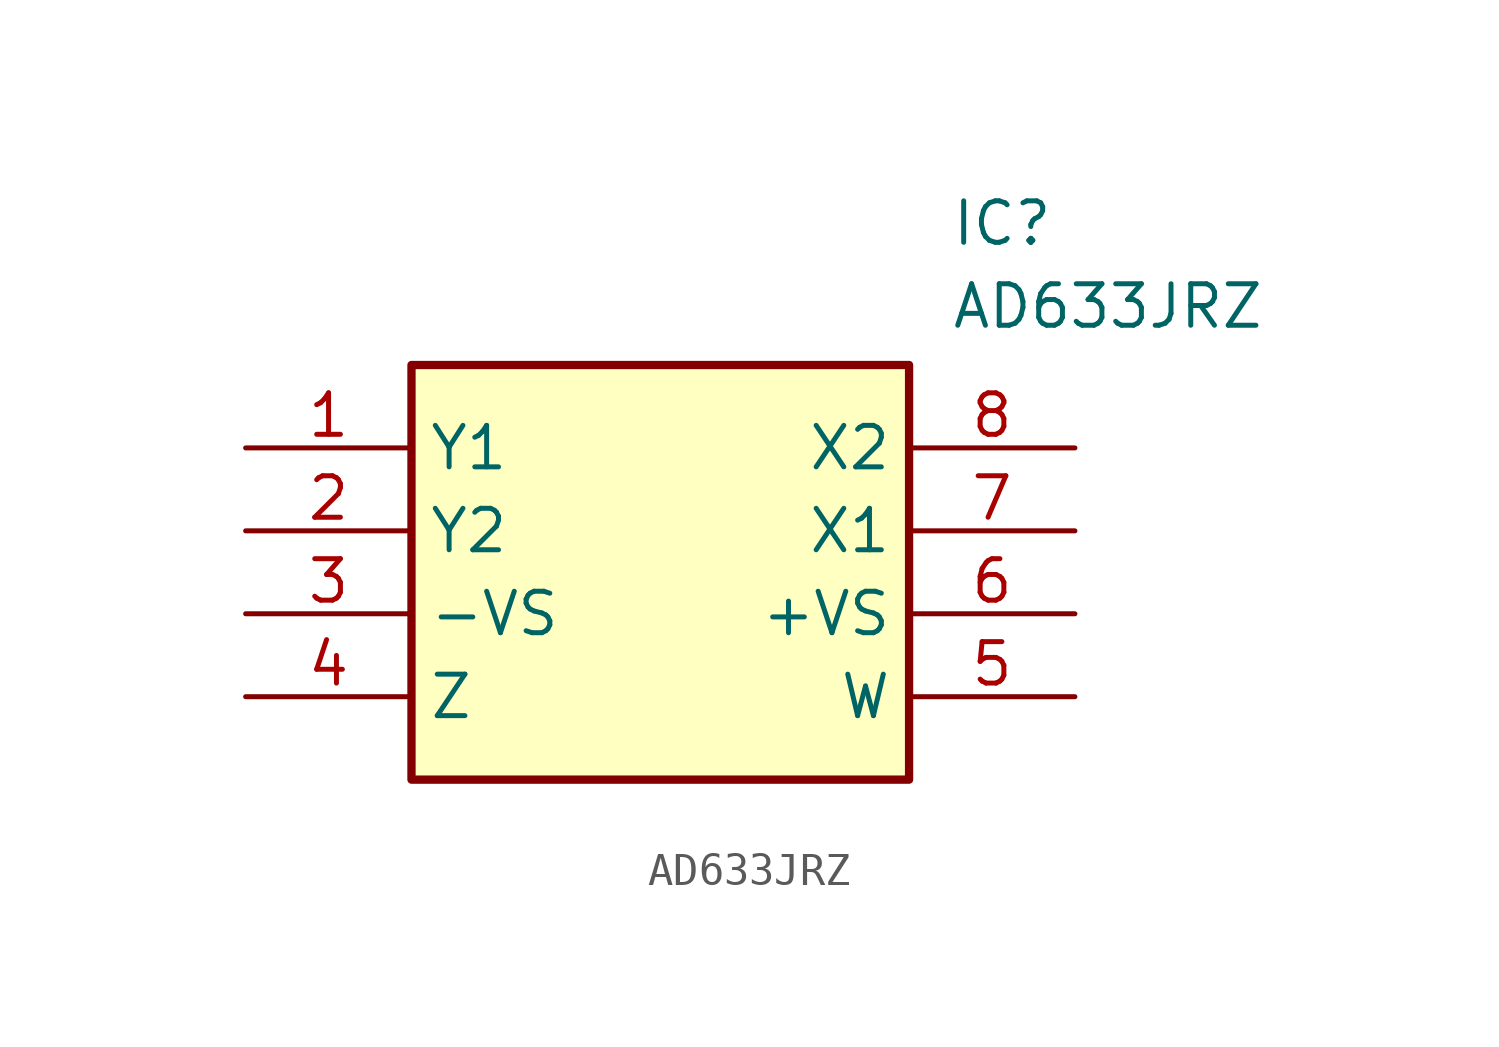
<source format=kicad_sym>
(kicad_symbol_lib
  (version 20211014)
  (generator SamacSys_ECAD_Model)
  (symbol "AD633JRZ"
    (property "Reference" "IC"
      (at 21.59 7.62 0)
      (effects (font (size 1.27 1.27)) (justify left top)))
    (property "Value" "AD633JRZ"
      (at 21.59 5.08 0)
      (effects (font (size 1.27 1.27)) (justify left top)))
    (rectangle
      (start 5.08 2.54)
      (end 20.32 -10.16)
      (stroke (width 0.254) (type default))
      (fill (type background)))
    (pin passive line
      (at 0 0 0)
      (length 5.08)
      (name "Y1" (effects (font (size 1.27 1.27))))
      (number "1" (effects (font (size 1.27 1.27)))))
    (pin passive line
      (at 0 -2.54 0)
      (length 5.08)
      (name "Y2" (effects (font (size 1.27 1.27))))
      (number "2" (effects (font (size 1.27 1.27)))))
    (pin passive line
      (at 0 -5.08 0)
      (length 5.08)
      (name "-VS" (effects (font (size 1.27 1.27))))
      (number "3" (effects (font (size 1.27 1.27)))))
    (pin passive line
      (at 0 -7.62 0)
      (length 5.08)
      (name "Z" (effects (font (size 1.27 1.27))))
      (number "4" (effects (font (size 1.27 1.27)))))
    (pin passive line
      (at 25.4 0 180)
      (length 5.08)
      (name "X2" (effects (font (size 1.27 1.27))))
      (number "8" (effects (font (size 1.27 1.27)))))
    (pin passive line
      (at 25.4 -2.54 180)
      (length 5.08)
      (name "X1" (effects (font (size 1.27 1.27))))
      (number "7" (effects (font (size 1.27 1.27)))))
    (pin passive line
      (at 25.4 -5.08 180)
      (length 5.08)
      (name "+VS" (effects (font (size 1.27 1.27))))
      (number "6" (effects (font (size 1.27 1.27)))))
    (pin passive line
      (at 25.4 -7.62 180)
      (length 5.08)
      (name "W" (effects (font (size 1.27 1.27))))
      (number "5" (effects (font (size 1.27 1.27)))))))
</source>
